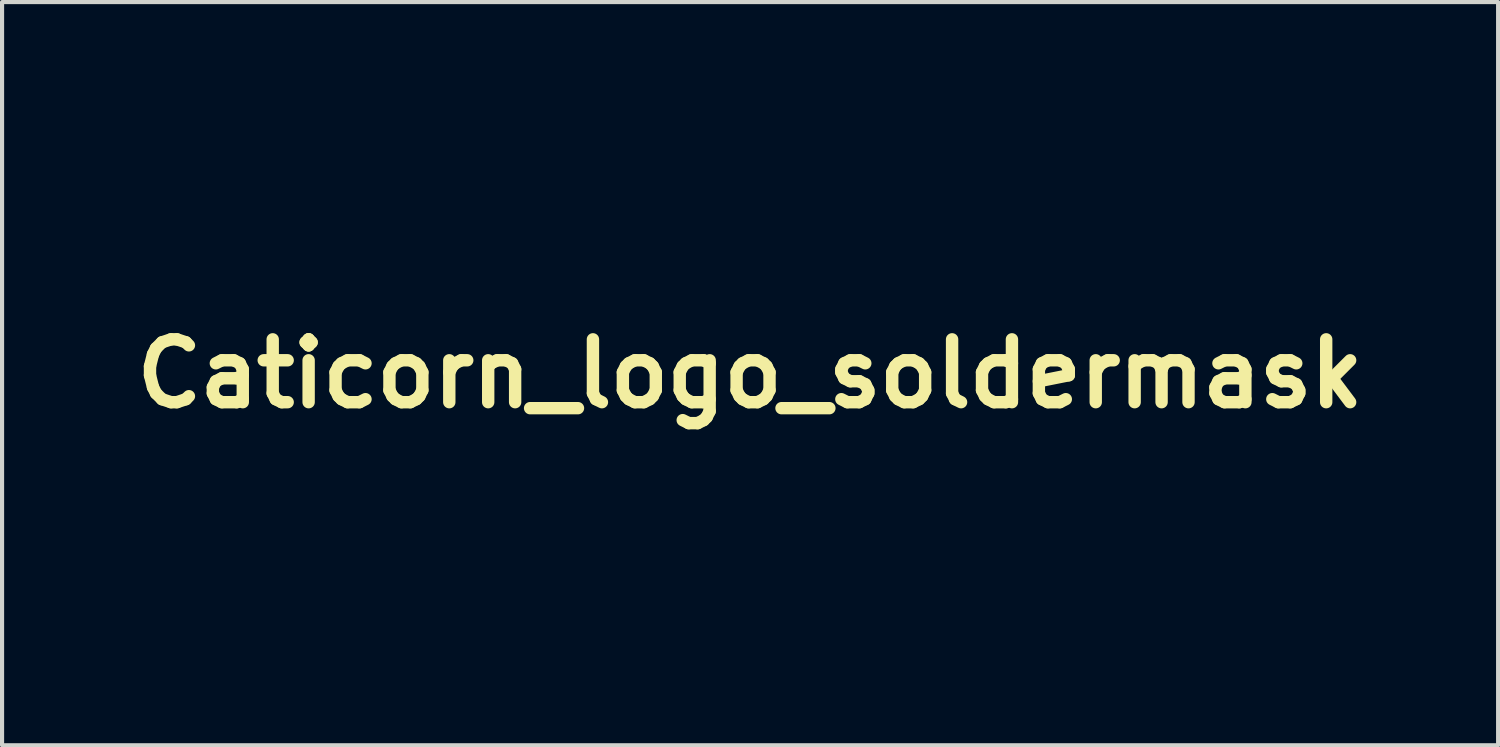
<source format=kicad_pcb>
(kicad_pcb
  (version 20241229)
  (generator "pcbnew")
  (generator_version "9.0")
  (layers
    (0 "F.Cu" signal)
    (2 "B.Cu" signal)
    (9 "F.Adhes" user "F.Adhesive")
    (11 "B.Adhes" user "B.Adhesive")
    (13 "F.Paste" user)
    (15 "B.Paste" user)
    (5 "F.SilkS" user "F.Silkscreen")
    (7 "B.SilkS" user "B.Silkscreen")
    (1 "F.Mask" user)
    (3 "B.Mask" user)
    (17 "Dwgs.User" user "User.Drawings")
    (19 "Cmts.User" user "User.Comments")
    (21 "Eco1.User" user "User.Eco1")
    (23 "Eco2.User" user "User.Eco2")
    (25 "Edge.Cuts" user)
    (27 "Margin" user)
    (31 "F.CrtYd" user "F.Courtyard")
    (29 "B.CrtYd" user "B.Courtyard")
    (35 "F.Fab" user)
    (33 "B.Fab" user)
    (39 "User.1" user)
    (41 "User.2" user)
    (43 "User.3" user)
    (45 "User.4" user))
  (footprint "Caticorn_logo_soldermask"
    (layer "F.Cu")
    (at 15.138 6.013)
    (property "Reference" "Caticorn_logo_soldermask" (at 0 0 0) (layer "F.SilkS") (effects (font (size 1.524 1.524) (thickness 0.3))))
    (attr board_only exclude_from_pos_files exclude_from_bom)
    (fp_poly (pts (xy 0.073 -5.98) (xy 0.129 -5.933) (xy 0.182 -5.86) (xy 0.236 -5.75) (xy 0.291 -5.604) (xy 0.348 -5.419) (xy 0.407 -5.194) (xy 0.468 -4.928) (xy 0.532 -4.619) (xy 0.598 -4.266) (xy 0.668 -3.868) (xy 0.741 -3.424) (xy 0.818 -2.931) (xy 0.898 -2.389) (xy 0.916 -2.267) (xy 1.012 -1.606) (xy 1.42 -1.47) (xy 1.569 -1.42) (xy 1.712 -1.37) (xy 1.837 -1.324) (xy 1.932 -1.287) (xy 1.968 -1.272) (xy 2.108 -1.21) (xy 2.454 -1.471) (xy 2.771 -1.702) (xy 3.056 -1.894) (xy 3.312 -2.047) (xy 3.54 -2.164) (xy 3.742 -2.243) (xy 3.876 -2.279) (xy 3.985 -2.297) (xy 4.071 -2.3) (xy 4.137 -2.282) (xy 4.186 -2.24) (xy 4.219 -2.169) (xy 4.241 -2.063) (xy 4.253 -1.918) (xy 4.258 -1.73) (xy 4.259 -1.586) (xy 4.258 -1.411) (xy 4.256 -1.275) (xy 4.252 -1.168) (xy 4.243 -1.077) (xy 4.23 -0.992) (xy 4.21 -0.901) (xy 4.183 -0.792) (xy 4.177 -0.767) (xy 4.137 -0.617) (xy 4.093 -0.457) (xy 4.05 -0.309) (xy 4.02 -0.212) (xy 3.946 0.023) (xy 4.034 0.17) (xy 4.238 0.548) (xy 4.397 0.932) (xy 4.509 1.316) (xy 4.517 1.356) (xy 4.536 1.456) (xy 4.549 1.565) (xy 4.558 1.692) (xy 4.563 1.848) (xy 4.564 2.045) (xy 4.564 2.059) (xy 4.564 2.232) (xy 4.562 2.364) (xy 4.557 2.465) (xy 4.549 2.546) (xy 4.536 2.618) (xy 4.518 2.691) (xy 4.493 2.775) (xy 4.493 2.775) (xy 4.451 2.905) (xy 4.402 3.041) (xy 4.357 3.159) (xy 4.348 3.182) (xy 4.314 3.27) (xy 4.292 3.34) (xy 4.286 3.378) (xy 4.287 3.38) (xy 4.319 3.394) (xy 4.381 3.402) (xy 4.396 3.402) (xy 4.532 3.417) (xy 4.69 3.457) (xy 4.853 3.517) (xy 5.007 3.589) (xy 5.134 3.668) (xy 5.193 3.717) (xy 5.253 3.798) (xy 5.266 3.877) (xy 5.233 3.946) (xy 5.229 3.95) (xy 5.188 3.978) (xy 5.132 3.987) (xy 5.054 3.976) (xy 4.945 3.944) (xy 4.855 3.912) (xy 4.73 3.869) (xy 4.592 3.827) (xy 4.454 3.789) (xy 4.33 3.759) (xy 4.231 3.74) (xy 4.18 3.735) (xy 4.139 3.751) (xy 4.09 3.803) (xy 4.032 3.892) (xy 3.988 3.97) (xy 3.956 4.028) (xy 3.945 4.055) (xy 3.945 4.055) (xy 3.97 4.069) (xy 4.028 4.099) (xy 4.108 4.139) (xy 4.118 4.144) (xy 4.326 4.257) (xy 4.496 4.364) (xy 4.624 4.465) (xy 4.711 4.558) (xy 4.753 4.642) (xy 4.749 4.713) (xy 4.701 4.769) (xy 4.644 4.799) (xy 4.585 4.804) (xy 4.513 4.782) (xy 4.42 4.731) (xy 4.33 4.672) (xy 4.15 4.554) (xy 3.994 4.466) (xy 3.851 4.402) (xy 3.806 4.385) (xy 3.707 4.35) (xy 3.593 4.469) (xy 3.479 4.587) (xy 3.537 4.627) (xy 3.641 4.709) (xy 3.743 4.807) (xy 3.834 4.91) (xy 3.906 5.009) (xy 3.952 5.094) (xy 3.965 5.146) (xy 3.942 5.21) (xy 3.885 5.264) (xy 3.81 5.293) (xy 3.785 5.295) (xy 3.732 5.285) (xy 3.671 5.25) (xy 3.591 5.186) (xy 3.548 5.147) (xy 3.415 5.027) (xy 3.312 4.942) (xy 3.237 4.891) (xy 3.187 4.872) (xy 3.167 4.876) (xy 3.133 4.899) (xy 3.069 4.945) (xy 2.983 5.007) (xy 2.903 5.066) (xy 2.513 5.334) (xy 2.133 5.556) (xy 1.764 5.731) (xy 1.408 5.858) (xy 1.164 5.918) (xy 0.922 5.957) (xy 0.64 5.985) (xy 0.332 6.002) (xy 0.008 6.007) (xy -0.321 6) (xy -0.608 5.984) (xy -0.961 5.94) (xy -1.306 5.863) (xy -1.65 5.749) (xy -1.997 5.598) (xy -2.354 5.406) (xy -2.726 5.171) (xy -2.862 5.077) (xy -3.002 4.981) (xy -3.106 4.917) (xy -3.177 4.881) (xy -3.219 4.872) (xy -3.223 4.873) (xy -3.261 4.896) (xy -3.326 4.945) (xy -3.409 5.015) (xy -3.483 5.08) (xy -3.595 5.177) (xy -3.681 5.243) (xy -3.749 5.279) (xy -3.807 5.293) (xy -3.866 5.287) (xy -3.872 5.285) (xy -3.928 5.249) (xy -3.952 5.181) (xy -3.946 5.093) (xy -3.909 4.992) (xy -3.849 4.896) (xy -3.793 4.836) (xy -3.712 4.766) (xy -3.63 4.705) (xy -3.477 4.601) (xy -3.587 4.476) (xy -3.649 4.411) (xy -3.703 4.365) (xy -3.735 4.35) (xy -3.788 4.362) (xy -3.874 4.397) (xy -3.982 4.45) (xy -4.103 4.515) (xy -4.227 4.588) (xy -4.343 4.663) (xy -4.348 4.666) (xy -4.442 4.727) (xy -4.525 4.775) (xy -4.586 4.804) (xy -4.606 4.809) (xy -4.678 4.786) (xy -4.73 4.729) (xy -4.753 4.65) (xy -4.742 4.567) (xy -4.709 4.525) (xy -4.638 4.466) (xy -4.537 4.394) (xy -4.414 4.314) (xy -4.278 4.233) (xy -4.182 4.181) (xy -4.085 4.129) (xy -4.007 4.087) (xy -3.96 4.062) (xy -0.971 4.062) (xy -0.971 4.113) (xy -0.952 4.182) (xy -0.919 4.254) (xy -0.904 4.277) (xy -0.79 4.4) (xy -0.651 4.482) (xy -0.493 4.52) (xy -0.325 4.514) (xy -0.151 4.461) (xy -0.15 4.46) (xy 0.001 4.392) (xy 0.135 4.46) (xy 0.297 4.516) (xy 0.467 4.524) (xy 0.601 4.499) (xy 0.687 4.461) (xy 0.772 4.399) (xy 0.85 4.323) (xy 0.914 4.242) (xy 0.955 4.164) (xy 0.967 4.099) (xy 0.951 4.062) (xy 0.926 4.06) (xy 0.897 4.103) (xy 0.883 4.134) (xy 0.818 4.251) (xy 0.732 4.33) (xy 0.612 4.384) (xy 0.592 4.391) (xy 0.456 4.416) (xy 0.328 4.414) (xy 0.218 4.387) (xy 0.134 4.339) (xy 0.087 4.271) (xy 0.081 4.248) (xy 0.089 4.189) (xy 0.132 4.129) (xy 0.217 4.064) (xy 0.294 4.018) (xy 0.402 3.94) (xy 0.474 3.843) (xy 0.516 3.716) (xy 0.528 3.638) (xy 0.531 3.538) (xy 0.506 3.48) (xy 0.45 3.46) (xy 0.358 3.475) (xy 0.351 3.477) (xy 0.263 3.511) (xy 0.166 3.56) (xy 0.126 3.583) (xy 0.058 3.625) (xy 0.008 3.652) (xy -0.008 3.658) (xy -0.036 3.645) (xy -0.094 3.612) (xy -0.146 3.58) (xy -0.264 3.515) (xy -0.369 3.476) (xy -0.452 3.465) (xy -0.501 3.48) (xy -0.529 3.533) (xy -0.536 3.617) (xy -0.522 3.717) (xy -0.489 3.818) (xy -0.48 3.838) (xy -0.424 3.923) (xy -0.348 3.988) (xy -0.287 4.024) (xy -0.171 4.102) (xy -0.103 4.18) (xy -0.084 4.254) (xy -0.11 4.319) (xy -0.18 4.37) (xy -0.293 4.402) (xy -0.422 4.411) (xy -0.584 4.398) (xy -0.707 4.358) (xy -0.799 4.285) (xy -0.868 4.178) (xy -0.872 4.17) (xy -0.907 4.099) (xy -0.937 4.053) (xy -0.951 4.041) (xy -0.971 4.062) (xy -3.96 4.062) (xy -3.958 4.061) (xy -3.945 4.054) (xy -3.954 4.031) (xy -3.983 3.977) (xy -4.026 3.903) (xy -4.027 3.902) (xy -4.074 3.822) (xy -4.109 3.759) (xy -4.125 3.726) (xy -4.153 3.718) (xy -4.22 3.725) (xy -4.316 3.743) (xy -4.432 3.771) (xy -4.559 3.805) (xy -4.687 3.844) (xy -4.806 3.885) (xy -4.908 3.925) (xy -4.914 3.928) (xy -5.022 3.976) (xy -5.093 4.003) (xy -5.141 4.011) (xy -5.175 4.002) (xy -5.206 3.976) (xy -5.218 3.965) (xy -5.268 3.889) (xy -5.268 3.81) (xy -5.222 3.731) (xy -5.13 3.654) (xy -4.995 3.579) (xy -4.82 3.508) (xy -4.606 3.444) (xy -4.562 3.433) (xy -4.442 3.402) (xy -4.365 3.378) (xy -4.324 3.358) (xy -4.31 3.339) (xy -4.313 3.327) (xy -4.347 3.233) (xy -4.385 3.105) (xy -4.424 2.956) (xy -4.459 2.802) (xy -4.487 2.658) (xy -4.493 2.622) (xy -4.514 2.43) (xy -4.52 2.226) (xy -4.509 2.002) (xy -4.481 1.747) (xy -4.438 1.466) (xy -4.426 1.405) (xy -3.53 1.405) (xy -3.511 1.43) (xy -3.465 1.47) (xy -3.45 1.482) (xy -3.329 1.541) (xy -3.19 1.553) (xy -3.054 1.525) (xy -2.98 1.505) (xy -2.926 1.5) (xy -2.91 1.504) (xy -2.905 1.538) (xy -2.912 1.607) (xy -2.928 1.696) (xy -2.93 1.703) (xy -2.945 1.793) (xy -2.96 1.92) (xy -2.973 2.069) (xy -2.982 2.224) (xy -2.985 2.277) (xy -2.99 2.478) (xy -2.985 2.634) (xy -2.965 2.751) (xy -2.924 2.835) (xy -2.857 2.892) (xy -2.759 2.928) (xy -2.623 2.948) (xy -2.446 2.959) (xy -2.36 2.962) (xy -2.2 2.965) (xy -2.085 2.964) (xy -2.009 2.958) (xy -1.965 2.947) (xy -1.957 2.942) (xy -1.918 2.885) (xy -1.887 2.786) (xy -1.864 2.641) (xy -1.847 2.449) (xy -1.844 2.404) (xy -1.836 2.274) (xy -1.827 2.187) (xy -1.816 2.136) (xy -1.802 2.113) (xy -1.791 2.11) (xy -1.771 2.123) (xy -1.753 2.166) (xy -1.732 2.245) (xy -1.708 2.365) (xy -1.697 2.43) (xy -1.675 2.564) (xy -1.657 2.69) (xy -1.644 2.795) (xy -1.639 2.862) (xy -1.622 2.961) (xy -1.576 3.023) (xy -1.512 3.043) (xy -1.497 3.036) (xy -1.488 3.007) (xy -1.485 2.951) (xy -1.486 2.86) (xy -1.486 2.843) (xy 1.486 2.843) (xy 1.486 2.949) (xy 1.493 3.013) (xy 1.508 3.041) (xy 1.533 3.038) (xy 1.569 3.01) (xy 1.582 2.997) (xy 1.611 2.949) (xy 1.632 2.867) (xy 1.647 2.747) (xy 1.661 2.616) (xy 1.681 2.481) (xy 1.704 2.353) (xy 1.729 2.242) (xy 1.753 2.158) (xy 1.774 2.111) (xy 1.781 2.105) (xy 1.797 2.123) (xy 1.812 2.191) (xy 1.824 2.309) (xy 1.828 2.366) (xy 1.845 2.548) (xy 1.867 2.703) (xy 1.893 2.826) (xy 1.922 2.91) (xy 1.948 2.946) (xy 1.988 2.955) (xy 2.067 2.96) (xy 2.176 2.962) (xy 2.302 2.96) (xy 2.435 2.955) (xy 2.564 2.948) (xy 2.676 2.939) (xy 2.762 2.927) (xy 2.806 2.917) (xy 2.874 2.883) (xy 2.923 2.835) (xy 2.955 2.763) (xy 2.975 2.66) (xy 2.986 2.517) (xy 2.988 2.468) (xy 2.989 2.307) (xy 2.98 2.138) (xy 2.96 1.948) (xy 2.927 1.729) (xy 2.897 1.554) (xy 2.893 1.508) (xy 2.908 1.488) (xy 2.951 1.492) (xy 3.031 1.517) (xy 3.044 1.522) (xy 3.195 1.556) (xy 3.326 1.543) (xy 3.438 1.484) (xy 3.487 1.438) (xy 3.51 1.409) (xy 3.509 1.394) (xy 3.475 1.388) (xy 3.4 1.386) (xy 3.382 1.386) (xy 3.275 1.378) (xy 3.18 1.355) (xy 3.108 1.323) (xy 3.072 1.285) (xy 3.069 1.273) (xy 3.086 1.238) (xy 3.128 1.184) (xy 3.151 1.159) (xy 3.196 1.104) (xy 3.201 1.079) (xy 3.166 1.081) (xy 3.095 1.113) (xy 3.044 1.142) (xy 2.907 1.211) (xy 2.803 1.241) (xy 2.731 1.233) (xy 2.693 1.186) (xy 2.686 1.134) (xy 2.686 1.047) (xy 2.602 1.131) (xy 2.495 1.207) (xy 2.343 1.271) (xy 2.337 1.273) (xy 2.145 1.35) (xy 1.99 1.449) (xy 1.858 1.579) (xy 1.818 1.63) (xy 1.706 1.795) (xy 1.622 1.963) (xy 1.561 2.142) (xy 1.52 2.346) (xy 1.496 2.584) (xy 1.491 2.692) (xy 1.486 2.843) (xy -1.486 2.843) (xy -1.491 2.725) (xy -1.492 2.705) (xy -1.501 2.561) (xy -1.514 2.419) (xy -1.53 2.295) (xy -1.546 2.206) (xy -1.546 2.206) (xy -1.618 1.993) (xy -1.726 1.781) (xy -1.857 1.593) (xy -1.895 1.55) (xy -1.983 1.46) (xy -2.068 1.393) (xy -2.165 1.338) (xy -2.288 1.288) (xy -2.385 1.255) (xy -2.522 1.198) (xy -2.612 1.131) (xy -2.621 1.122) (xy -2.686 1.045) (xy -2.686 1.124) (xy -2.697 1.187) (xy -2.738 1.223) (xy -2.756 1.23) (xy -2.799 1.24) (xy -2.846 1.235) (xy -2.911 1.21) (xy -3 1.165) (xy -3.11 1.11) (xy -3.178 1.083) (xy -3.206 1.082) (xy -3.196 1.108) (xy -3.151 1.159) (xy -3.102 1.216) (xy -3.073 1.261) (xy -3.069 1.273) (xy -3.093 1.312) (xy -3.156 1.346) (xy -3.245 1.372) (xy -3.349 1.386) (xy -3.38 1.386) (xy -3.46 1.389) (xy -3.514 1.397) (xy -3.53 1.405) (xy -4.426 1.405) (xy -4.381 1.179) (xy -4.313 0.925) (xy -4.227 0.682) (xy -4.117 0.434) (xy -4.079 0.356) (xy -4.015 0.221) (xy -3.97 0.114) (xy -3.948 0.041) (xy -3.947 0.015) (xy -3.958 -0.028) (xy -3.978 -0.111) (xy -4.006 -0.221) (xy -4.039 -0.35) (xy -4.051 -0.396) (xy -4.124 -0.712) (xy -4.177 -1.012) (xy -4.184 -1.069) (xy -3.756 -1.069) (xy -3.747 -0.927) (xy -3.728 -0.811) (xy -3.727 -0.805) (xy -3.69 -0.682) (xy -3.649 -0.568) (xy -3.606 -0.473) (xy -3.567 -0.405) (xy -3.535 -0.374) (xy -3.523 -0.375) (xy -3.485 -0.4) (xy -3.423 -0.443) (xy -3.389 -0.468) (xy -3.33 -0.507) (xy -3.285 -0.534) (xy -2.068 -0.534) (xy -2.047 -0.397) (xy -2.002 -0.249) (xy -1.937 -0.099) (xy -1.871 0.017) (xy -1.753 0.167) (xy -1.615 0.276) (xy -1.449 0.35) (xy -1.32 0.383) (xy -1.209 0.394) (xy -1.121 0.374) (xy -1.057 0.335) (xy -1.01 0.285) (xy -0.949 0.197) (xy -0.879 0.08) (xy -0.804 -0.058) (xy -0.73 -0.208) (xy -0.694 -0.287) (xy -0.646 -0.406) (xy -0.617 -0.5) (xy -0.604 -0.588) (xy -0.601 -0.67) (xy -0.605 -0.784) (xy -0.62 -0.85) (xy -0.651 -0.872) (xy -0.705 -0.85) (xy -0.786 -0.789) (xy -0.818 -0.763) (xy -0.974 -0.634) (xy -1.099 -0.541) (xy -1.195 -0.484) (xy -1.266 -0.46) (xy -1.314 -0.469) (xy -1.342 -0.509) (xy -1.343 -0.513) (xy -1.348 -0.556) (xy -1.33 -0.604) (xy -1.287 -0.66) (xy -1.213 -0.73) (xy -1.104 -0.819) (xy -0.984 -0.91) (xy -0.904 -0.972) (xy -0.358 -0.972) (xy -0.355 -0.838) (xy -0.345 -0.745) (xy -0.329 -0.697) (xy -0.327 -0.696) (xy -0.283 -0.68) (xy -0.191 -0.669) (xy -0.052 -0.665) (xy -0.024 -0.665) (xy 0.104 -0.666) (xy 0.19 -0.672) (xy 0.244 -0.682) (xy 0.268 -0.694) (xy 0.547 -0.694) (xy 0.553 -0.593) (xy 0.583 -0.474) (xy 0.639 -0.328) (xy 0.712 -0.166) (xy 0.804 0.02) (xy 0.882 0.163) (xy 0.952 0.267) (xy 1.02 0.336) (xy 1.092 0.375) (xy 1.174 0.388) (xy 1.272 0.379) (xy 1.392 0.351) (xy 1.429 0.341) (xy 1.574 0.276) (xy 1.708 0.166) (xy 1.827 0.017) (xy 1.926 -0.165) (xy 2.001 -0.374) (xy 2.01 -0.407) (xy 2.032 -0.51) (xy 2.038 -0.585) (xy 2.027 -0.652) (xy 2.022 -0.672) (xy 2.006 -0.717) (xy 1.983 -0.753) (xy 1.944 -0.785) (xy 1.881 -0.823) (xy 1.784 -0.871) (xy 1.731 -0.896) (xy 1.598 -0.955) (xy 1.484 -0.999) (xy 2.558 -0.999) (xy 2.579 -0.981) (xy 2.639 -0.945) (xy 2.729 -0.894) (xy 2.842 -0.833) (xy 2.935 -0.783) (xy 3.073 -0.709) (xy 3.206 -0.634) (xy 3.322 -0.565) (xy 3.409 -0.509) (xy 3.44 -0.486) (xy 3.509 -0.434) (xy 3.562 -0.398) (xy 3.586 -0.385) (xy 3.603 -0.406) (xy 3.631 -0.463) (xy 3.658 -0.529) (xy 3.728 -0.749) (xy 3.772 -0.967) (xy 3.793 -1.204) (xy 3.795 -1.307) (xy 3.795 -1.457) (xy 3.787 -1.564) (xy 3.77 -1.632) (xy 3.74 -1.67) (xy 3.694 -1.684) (xy 3.629 -1.681) (xy 3.626 -1.68) (xy 3.538 -1.658) (xy 3.421 -1.613) (xy 3.29 -1.553) (xy 3.159 -1.484) (xy 3.042 -1.413) (xy 3.007 -1.389) (xy 2.927 -1.329) (xy 2.837 -1.257) (xy 2.747 -1.181) (xy 2.665 -1.11) (xy 2.602 -1.05) (xy 2.564 -1.01) (xy 2.558 -0.999) (xy 1.484 -0.999) (xy 1.449 -1.012) (xy 1.292 -1.066) (xy 1.135 -1.114) (xy 0.988 -1.154) (xy 0.856 -1.184) (xy 0.75 -1.201) (xy 0.677 -1.204) (xy 0.649 -1.194) (xy 0.651 -1.164) (xy 0.692 -1.112) (xy 0.765 -1.045) (xy 0.866 -0.968) (xy 0.908 -0.938) (xy 1.056 -0.83) (xy 1.172 -0.73) (xy 1.254 -0.64) (xy 1.299 -0.565) (xy 1.305 -0.507) (xy 1.269 -0.471) (xy 1.266 -0.47) (xy 1.22 -0.462) (xy 1.166 -0.475) (xy 1.096 -0.513) (xy 1.004 -0.579) (xy 0.884 -0.677) (xy 0.869 -0.689) (xy 0.775 -0.768) (xy 0.695 -0.832) (xy 0.637 -0.877) (xy 0.609 -0.895) (xy 0.608 -0.895) (xy 0.592 -0.873) (xy 0.57 -0.817) (xy 0.561 -0.787) (xy 0.547 -0.694) (xy 0.268 -0.694) (xy 0.276 -0.698) (xy 0.285 -0.707) (xy 0.305 -0.76) (xy 0.317 -0.859) (xy 0.32 -0.972) (xy 0.318 -1.095) (xy 0.308 -1.18) (xy 0.282 -1.234) (xy 0.231 -1.263) (xy 0.147 -1.276) (xy 0.022 -1.279) (xy -0.024 -1.279) (xy -0.17 -1.276) (xy -0.271 -1.267) (xy -0.323 -1.251) (xy -0.327 -1.248) (xy -0.344 -1.204) (xy -0.354 -1.115) (xy -0.358 -0.983) (xy -0.358 -0.972) (xy -0.904 -0.972) (xy -0.847 -1.016) (xy -0.753 -1.096) (xy -0.702 -1.151) (xy -0.696 -1.185) (xy -0.734 -1.198) (xy -0.817 -1.193) (xy -0.945 -1.17) (xy -1.023 -1.153) (xy -1.201 -1.108) (xy -1.382 -1.053) (xy -1.557 -0.991) (xy -1.717 -0.925) (xy -1.854 -0.86) (xy -1.96 -0.798) (xy -2.026 -0.743) (xy -2.034 -0.733) (xy -2.065 -0.65) (xy -2.068 -0.534) (xy -3.285 -0.534) (xy -3.237 -0.564) (xy -3.122 -0.633) (xy -2.995 -0.706) (xy -2.953 -0.73) (xy -2.831 -0.8) (xy -2.723 -0.866) (xy -2.638 -0.921) (xy -2.584 -0.96) (xy -2.573 -0.969) (xy -2.548 -1.002) (xy -2.546 -1.031) (xy -2.57 -1.072) (xy -2.609 -1.121) (xy -2.764 -1.281) (xy -2.962 -1.425) (xy -3.207 -1.557) (xy -3.305 -1.601) (xy -3.44 -1.655) (xy -3.539 -1.683) (xy -3.609 -1.685) (xy -3.658 -1.661) (xy -3.693 -1.61) (xy -3.701 -1.592) (xy -3.728 -1.499) (xy -3.746 -1.371) (xy -3.755 -1.222) (xy -3.756 -1.069) (xy -4.184 -1.069) (xy -4.213 -1.317) (xy -4.235 -1.647) (xy -4.238 -1.71) (xy -4.243 -1.865) (xy -4.246 -1.978) (xy -4.244 -2.06) (xy -4.237 -2.121) (xy -4.224 -2.171) (xy -4.206 -2.22) (xy -4.201 -2.231) (xy -4.157 -2.306) (xy -4.1 -2.354) (xy -4.027 -2.377) (xy -3.933 -2.373) (xy -3.815 -2.341) (xy -3.67 -2.28) (xy -3.493 -2.191) (xy -3.281 -2.071) (xy -3.172 -2.006) (xy -3.008 -1.903) (xy -2.841 -1.789) (xy -2.663 -1.657) (xy -2.465 -1.501) (xy -2.241 -1.316) (xy -2.217 -1.296) (xy -2.1 -1.198) (xy -1.862 -1.287) (xy -1.721 -1.336) (xy -1.562 -1.385) (xy -1.412 -1.426) (xy -1.381 -1.434) (xy -1.276 -1.46) (xy -1.19 -1.484) (xy -1.135 -1.501) (xy -1.122 -1.507) (xy -1.113 -1.535) (xy -1.098 -1.607) (xy -1.091 -1.65) (xy 0.07 -1.65) (xy 0.349 -1.622) (xy 0.463 -1.61) (xy 0.558 -1.6) (xy 0.623 -1.593) (xy 0.646 -1.59) (xy 0.662 -1.607) (xy 0.665 -1.633) (xy 0.661 -1.677) (xy 0.65 -1.75) (xy 0.635 -1.834) (xy 0.619 -1.913) (xy 0.606 -1.971) (xy 0.6 -1.991) (xy 0.573 -1.987) (xy 0.515 -1.959) (xy 0.436 -1.914) (xy 0.347 -1.857) (xy 0.258 -1.795) (xy 0.225 -1.77) (xy 0.07 -1.65) (xy -1.091 -1.65) (xy -1.078 -1.717) (xy -1.073 -1.746) (xy -0.691 -1.746) (xy -0.681 -1.723) (xy -0.645 -1.716) (xy -0.573 -1.723) (xy -0.471 -1.745) (xy -0.368 -1.778) (xy -0.349 -1.786) (xy -0.286 -1.822) (xy -0.196 -1.882) (xy -0.093 -1.956) (xy -0.013 -2.019) (xy 0.128 -2.129) (xy 0.242 -2.209) (xy 0.337 -2.264) (xy 0.424 -2.299) (xy 0.481 -2.314) (xy 0.538 -2.334) (xy 0.554 -2.363) (xy 0.551 -2.375) (xy 0.543 -2.414) (xy 0.529 -2.493) (xy 0.51 -2.6) (xy 0.49 -2.726) (xy 0.468 -2.86) (xy 0.448 -2.991) (xy 0.43 -3.107) (xy 0.417 -3.2) (xy 0.41 -3.257) (xy 0.409 -3.268) (xy 0.389 -3.295) (xy 0.333 -3.297) (xy 0.247 -3.275) (xy 0.139 -3.233) (xy 0.015 -3.173) (xy -0.117 -3.098) (xy -0.184 -3.055) (xy -0.276 -2.996) (xy -0.354 -2.949) (xy -0.406 -2.921) (xy -0.421 -2.916) (xy -0.448 -2.91) (xy -0.472 -2.889) (xy -0.493 -2.849) (xy -0.515 -2.781) (xy -0.537 -2.682) (xy -0.563 -2.545) (xy -0.595 -2.364) (xy -0.6 -2.331) (xy -0.627 -2.168) (xy -0.65 -2.021) (xy -0.67 -1.897) (xy -0.683 -1.806) (xy -0.69 -1.754) (xy -0.691 -1.746) (xy -1.073 -1.746) (xy -1.054 -1.856) (xy -1.027 -2.019) (xy -0.998 -2.2) (xy -0.998 -2.2) (xy -0.909 -2.758) (xy -0.825 -3.266) (xy -0.813 -3.34) (xy -0.46 -3.34) (xy -0.45 -3.326) (xy -0.416 -3.337) (xy -0.353 -3.374) (xy -0.258 -3.439) (xy -0.082 -3.541) (xy 0.125 -3.623) (xy 0.13 -3.624) (xy 0.244 -3.663) (xy 0.313 -3.693) (xy 0.344 -3.718) (xy 0.347 -3.735) (xy 0.339 -3.773) (xy 0.325 -3.851) (xy 0.307 -3.96) (xy 0.286 -4.087) (xy 0.279 -4.131) (xy 0.258 -4.26) (xy 0.24 -4.369) (xy 0.226 -4.45) (xy 0.217 -4.493) (xy 0.216 -4.498) (xy 0.188 -4.494) (xy 0.133 -4.463) (xy 0.059 -4.411) (xy -0.023 -4.344) (xy -0.025 -4.343) (xy -0.1 -4.285) (xy -0.172 -4.243) (xy -0.21 -4.228) (xy -0.27 -4.208) (xy -0.303 -4.185) (xy -0.313 -4.155) (xy -0.329 -4.084) (xy -0.35 -3.984) (xy -0.373 -3.865) (xy -0.397 -3.737) (xy -0.419 -3.611) (xy -0.439 -3.498) (xy -0.453 -3.407) (xy -0.46 -3.349) (xy -0.46 -3.34) (xy -0.813 -3.34) (xy -0.746 -3.727) (xy -0.672 -4.14) (xy -0.601 -4.508) (xy -0.543 -4.791) (xy -0.228 -4.791) (xy -0.22 -4.762) (xy -0.19 -4.768) (xy -0.137 -4.804) (xy -0.113 -4.822) (xy -0.043 -4.871) (xy 0.014 -4.903) (xy 0.039 -4.911) (xy 0.08 -4.925) (xy 0.088 -4.934) (xy 0.086 -4.967) (xy 0.071 -5.033) (xy 0.046 -5.118) (xy 0.016 -5.207) (xy -0.014 -5.286) (xy -0.039 -5.34) (xy -0.049 -5.354) (xy -0.069 -5.345) (xy -0.097 -5.288) (xy -0.133 -5.183) (xy -0.175 -5.034) (xy -0.191 -4.971) (xy -0.218 -4.859) (xy -0.228 -4.791) (xy -0.543 -4.791) (xy -0.535 -4.831) (xy -0.472 -5.112) (xy -0.413 -5.35) (xy -0.356 -5.549) (xy -0.303 -5.708) (xy -0.252 -5.83) (xy -0.203 -5.915) (xy -0.188 -5.935) (xy -0.107 -5.998) (xy -0.017 -6.013)) (stroke (width 0) (type solid)) (fill yes) (layer "F.Mask")))
  (gr_rect
    (start -3 -3)
    (end 33.277 15.021)
    (stroke (width 0.1) (type default))
    (fill no)
    (layer "Edge.Cuts")))
</source>
